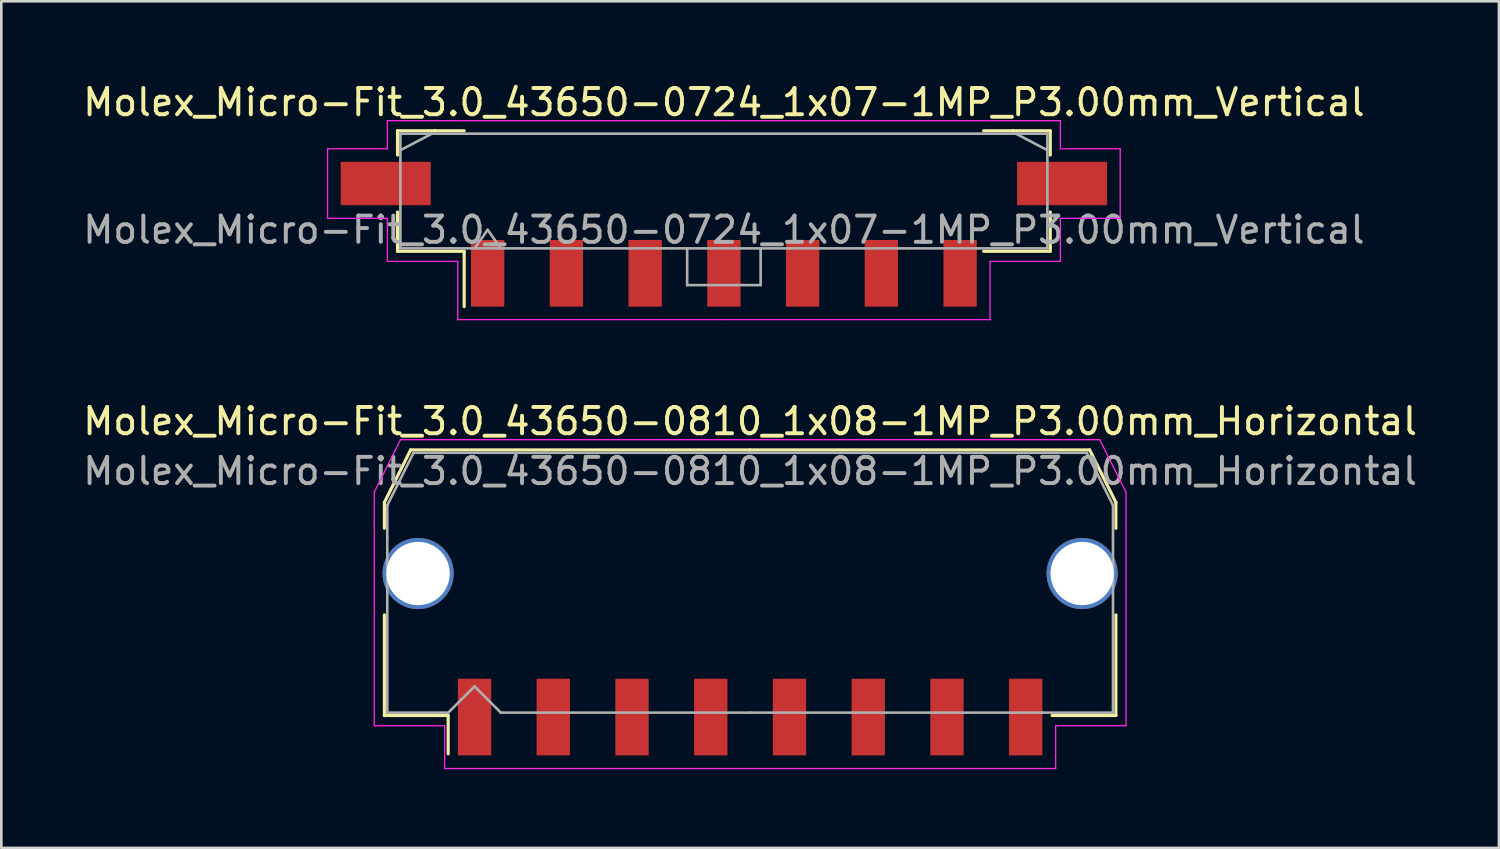
<source format=kicad_pcb>
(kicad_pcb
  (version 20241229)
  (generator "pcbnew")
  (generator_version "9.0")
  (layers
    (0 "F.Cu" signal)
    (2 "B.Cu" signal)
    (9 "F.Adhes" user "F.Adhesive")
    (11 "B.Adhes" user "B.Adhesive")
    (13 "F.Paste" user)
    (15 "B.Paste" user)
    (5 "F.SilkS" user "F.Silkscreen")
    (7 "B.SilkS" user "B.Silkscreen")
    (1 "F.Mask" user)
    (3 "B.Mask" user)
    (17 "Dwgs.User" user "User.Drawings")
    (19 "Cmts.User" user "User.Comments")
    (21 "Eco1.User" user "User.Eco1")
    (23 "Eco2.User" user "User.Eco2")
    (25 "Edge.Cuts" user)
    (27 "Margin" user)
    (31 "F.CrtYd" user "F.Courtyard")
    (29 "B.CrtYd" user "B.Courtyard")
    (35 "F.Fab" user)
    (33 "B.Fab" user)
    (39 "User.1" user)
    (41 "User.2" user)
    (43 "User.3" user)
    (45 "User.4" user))
  (footprint "Molex_Micro-Fit_3.0_43650-0724_1x07-1MP_P3.00mm_Vertical"
    (layer "F.Cu")
    (at 24.53 4.228)
    (property "Reference" "Molex_Micro-Fit_3.0_43650-0724_1x07-1MP_P3.00mm_Vertical" (at 0 -3.38 0) (layer "F.SilkS") (effects (font (size 1 1) (thickness 0.15))))
    (attr smd)
    (fp_line (start -12.435 -2.295) (end -11.015 -2.295) (stroke (width 0.12) (type solid)) (layer "F.SilkS"))
    (fp_line (start -12.435 -1.37) (end -12.435 -2.295) (stroke (width 0.12) (type solid)) (layer "F.SilkS"))
    (fp_line (start -12.435 0.8) (end -12.435 2.295) (stroke (width 0.12) (type solid)) (layer "F.SilkS"))
    (fp_line (start -12.435 2.295) (end -9.895 2.295) (stroke (width 0.12) (type solid)) (layer "F.SilkS"))
    (fp_line (start -11.015 -2.295) (end -11.015 -2.295) (stroke (width 0.12) (type solid)) (layer "F.SilkS"))
    (fp_line (start -11.015 -2.295) (end -9.895 -2.295) (stroke (width 0.12) (type solid)) (layer "F.SilkS"))
    (fp_line (start -9.895 2.295) (end -9.895 4.405) (stroke (width 0.12) (type solid)) (layer "F.SilkS"))
    (fp_line (start 11.015 -2.295) (end 9.895 -2.295) (stroke (width 0.12) (type solid)) (layer "F.SilkS"))
    (fp_line (start 11.015 -2.295) (end 11.015 -2.295) (stroke (width 0.12) (type solid)) (layer "F.SilkS"))
    (fp_line (start 12.435 -2.295) (end 11.015 -2.295) (stroke (width 0.12) (type solid)) (layer "F.SilkS"))
    (fp_line (start 12.435 -1.37) (end 12.435 -2.295) (stroke (width 0.12) (type solid)) (layer "F.SilkS"))
    (fp_line (start 12.435 0.8) (end 12.435 2.295) (stroke (width 0.12) (type solid)) (layer "F.SilkS"))
    (fp_line (start 12.435 2.295) (end 9.895 2.295) (stroke (width 0.12) (type solid)) (layer "F.SilkS"))
    (fp_line (start -15.1 -1.61) (end -15.1 1.04) (stroke (width 0.05) (type solid)) (layer "F.CrtYd"))
    (fp_line (start -15.1 1.04) (end -12.82 1.04) (stroke (width 0.05) (type solid)) (layer "F.CrtYd"))
    (fp_line (start -12.82 -2.68) (end -12.82 -1.61) (stroke (width 0.05) (type solid)) (layer "F.CrtYd"))
    (fp_line (start -12.82 -1.61) (end -15.1 -1.61) (stroke (width 0.05) (type solid)) (layer "F.CrtYd"))
    (fp_line (start -12.82 1.04) (end -12.82 2.68) (stroke (width 0.05) (type solid)) (layer "F.CrtYd"))
    (fp_line (start -12.82 2.68) (end -10.14 2.68) (stroke (width 0.05) (type solid)) (layer "F.CrtYd"))
    (fp_line (start -10.14 -2.68) (end -12.82 -2.68) (stroke (width 0.05) (type solid)) (layer "F.CrtYd"))
    (fp_line (start -10.14 2.68) (end -10.14 4.9) (stroke (width 0.05) (type solid)) (layer "F.CrtYd"))
    (fp_line (start -10.14 4.9) (end 0 4.9) (stroke (width 0.05) (type solid)) (layer "F.CrtYd"))
    (fp_line (start 0 -2.68) (end -10.14 -2.68) (stroke (width 0.05) (type solid)) (layer "F.CrtYd"))
    (fp_line (start 0 -2.68) (end 10.14 -2.68) (stroke (width 0.05) (type solid)) (layer "F.CrtYd"))
    (fp_line (start 10.14 -2.68) (end 12.82 -2.68) (stroke (width 0.05) (type solid)) (layer "F.CrtYd"))
    (fp_line (start 10.14 2.68) (end 10.14 4.9) (stroke (width 0.05) (type solid)) (layer "F.CrtYd"))
    (fp_line (start 10.14 4.9) (end 0 4.9) (stroke (width 0.05) (type solid)) (layer "F.CrtYd"))
    (fp_line (start 12.82 -2.68) (end 12.82 -1.61) (stroke (width 0.05) (type solid)) (layer "F.CrtYd"))
    (fp_line (start 12.82 -1.61) (end 15.1 -1.61) (stroke (width 0.05) (type solid)) (layer "F.CrtYd"))
    (fp_line (start 12.82 1.04) (end 12.82 2.68) (stroke (width 0.05) (type solid)) (layer "F.CrtYd"))
    (fp_line (start 12.82 2.68) (end 10.14 2.68) (stroke (width 0.05) (type solid)) (layer "F.CrtYd"))
    (fp_line (start 15.1 -1.61) (end 15.1 1.04) (stroke (width 0.05) (type solid)) (layer "F.CrtYd"))
    (fp_line (start 15.1 1.04) (end 12.82 1.04) (stroke (width 0.05) (type solid)) (layer "F.CrtYd"))
    (fp_line (start -12.325 -2.185) (end -12.325 2.185) (stroke (width 0.1) (type solid)) (layer "F.Fab"))
    (fp_line (start -12.325 -1.555) (end -11.125 -2.185) (stroke (width 0.1) (type solid)) (layer "F.Fab"))
    (fp_line (start -12.325 2.185) (end 12.325 2.185) (stroke (width 0.1) (type solid)) (layer "F.Fab"))
    (fp_line (start -11.125 -2.185) (end -12.325 -2.185) (stroke (width 0.1) (type solid)) (layer "F.Fab"))
    (fp_line (start -11.125 -2.185) (end -11.125 -2.185) (stroke (width 0.1) (type solid)) (layer "F.Fab"))
    (fp_line (start -9.5 2.185) (end -9 1.478) (stroke (width 0.1) (type solid)) (layer "F.Fab"))
    (fp_line (start -9 1.478) (end -8.5 2.185) (stroke (width 0.1) (type solid)) (layer "F.Fab"))
    (fp_line (start -1.4 2.185) (end -1.4 3.585) (stroke (width 0.1) (type solid)) (layer "F.Fab"))
    (fp_line (start -1.4 3.585) (end 1.4 3.585) (stroke (width 0.1) (type solid)) (layer "F.Fab"))
    (fp_line (start 1.4 3.585) (end 1.4 2.185) (stroke (width 0.1) (type solid)) (layer "F.Fab"))
    (fp_line (start 11.125 -2.185) (end -11.125 -2.185) (stroke (width 0.1) (type solid)) (layer "F.Fab"))
    (fp_line (start 11.125 -2.185) (end 11.125 -2.185) (stroke (width 0.1) (type solid)) (layer "F.Fab"))
    (fp_line (start 12.325 -2.185) (end 11.125 -2.185) (stroke (width 0.1) (type solid)) (layer "F.Fab"))
    (fp_line (start 12.325 -1.555) (end 11.125 -2.185) (stroke (width 0.1) (type solid)) (layer "F.Fab"))
    (fp_line (start 12.325 2.185) (end 12.325 -2.185) (stroke (width 0.1) (type solid)) (layer "F.Fab"))
    (fp_text user "${REFERENCE}" (at 0 1.48 0) (layer "F.Fab") (effects (font (size 1 1) (thickness 0.15))))
    (pad "1" smd rect (at -9 3.135) (size 1.27 2.54) (layers "F.Cu" "F.Mask" "F.Paste"))
    (pad "2" smd rect (at -6 3.135) (size 1.27 2.54) (layers "F.Cu" "F.Mask" "F.Paste"))
    (pad "3" smd rect (at -3 3.135) (size 1.27 2.54) (layers "F.Cu" "F.Mask" "F.Paste"))
    (pad "4" smd rect (at 0 3.135) (size 1.27 2.54) (layers "F.Cu" "F.Mask" "F.Paste"))
    (pad "5" smd rect (at 3 3.135) (size 1.27 2.54) (layers "F.Cu" "F.Mask" "F.Paste"))
    (pad "6" smd rect (at 6 3.135) (size 1.27 2.54) (layers "F.Cu" "F.Mask" "F.Paste"))
    (pad "7" smd rect (at 9 3.135) (size 1.27 2.54) (layers "F.Cu" "F.Mask" "F.Paste"))
    (pad "MP" smd rect (at -12.885 -0.285) (size 3.43 1.65) (layers "F.Cu" "F.Mask" "F.Paste"))
    (pad "MP" smd rect (at 12.885 -0.285) (size 3.43 1.65) (layers "F.Cu" "F.Mask" "F.Paste")))
  (footprint "Molex_Micro-Fit_3.0_43650-0810_1x08-1MP_P3.00mm_Horizontal"
    (layer "F.Cu")
    (at 25.53 19.151)
    (property "Reference" "Molex_Micro-Fit_3.0_43650-0810_1x08-1MP_P3.00mm_Horizontal" (at 0 -6.15 0) (layer "F.SilkS") (effects (font (size 1 1) (thickness 0.15))))
    (attr smd)
    (fp_line (start -13.935 -3.06) (end -13.935 -2.075) (stroke (width 0.12) (type solid)) (layer "F.SilkS"))
    (fp_line (start -13.935 1.225) (end -13.935 5.06) (stroke (width 0.12) (type solid)) (layer "F.SilkS"))
    (fp_line (start -13.935 5.06) (end -11.505 5.06) (stroke (width 0.12) (type solid)) (layer "F.SilkS"))
    (fp_line (start -12.935 -5.06) (end -13.935 -3.06) (stroke (width 0.12) (type solid)) (layer "F.SilkS"))
    (fp_line (start -11.505 5.06) (end -11.505 6.52) (stroke (width 0.12) (type solid)) (layer "F.SilkS"))
    (fp_line (start 0 -5.06) (end -12.935 -5.06) (stroke (width 0.12) (type solid)) (layer "F.SilkS"))
    (fp_line (start 0 -5.06) (end 12.935 -5.06) (stroke (width 0.12) (type solid)) (layer "F.SilkS"))
    (fp_line (start 12.935 -5.06) (end 13.935 -3.06) (stroke (width 0.12) (type solid)) (layer "F.SilkS"))
    (fp_line (start 13.935 -3.06) (end 13.935 -2.075) (stroke (width 0.12) (type solid)) (layer "F.SilkS"))
    (fp_line (start 13.935 1.225) (end 13.935 5.06) (stroke (width 0.12) (type solid)) (layer "F.SilkS"))
    (fp_line (start 13.935 5.06) (end 11.505 5.06) (stroke (width 0.12) (type solid)) (layer "F.SilkS"))
    (fp_line (start -14.32 -3.45) (end -14.32 -2.2) (stroke (width 0.05) (type solid)) (layer "F.CrtYd"))
    (fp_line (start -14.32 -2.2) (end -14.32 5.45) (stroke (width 0.05) (type solid)) (layer "F.CrtYd"))
    (fp_line (start -14.32 5.45) (end -11.64 5.45) (stroke (width 0.05) (type solid)) (layer "F.CrtYd"))
    (fp_line (start -13.32 -5.45) (end -14.32 -3.45) (stroke (width 0.05) (type solid)) (layer "F.CrtYd"))
    (fp_line (start -11.64 5.45) (end -11.64 7.08) (stroke (width 0.05) (type solid)) (layer "F.CrtYd"))
    (fp_line (start -11.64 7.08) (end 0 7.08) (stroke (width 0.05) (type solid)) (layer "F.CrtYd"))
    (fp_line (start 0 -5.45) (end -13.32 -5.45) (stroke (width 0.05) (type solid)) (layer "F.CrtYd"))
    (fp_line (start 0 -5.45) (end 13.32 -5.45) (stroke (width 0.05) (type solid)) (layer "F.CrtYd"))
    (fp_line (start 11.64 5.45) (end 11.64 7.08) (stroke (width 0.05) (type solid)) (layer "F.CrtYd"))
    (fp_line (start 11.64 7.08) (end 0 7.08) (stroke (width 0.05) (type solid)) (layer "F.CrtYd"))
    (fp_line (start 13.32 -5.45) (end 14.32 -3.45) (stroke (width 0.05) (type solid)) (layer "F.CrtYd"))
    (fp_line (start 14.32 -3.45) (end 14.32 -2.2) (stroke (width 0.05) (type solid)) (layer "F.CrtYd"))
    (fp_line (start 14.32 -2.2) (end 14.32 5.45) (stroke (width 0.05) (type solid)) (layer "F.CrtYd"))
    (fp_line (start 14.32 5.45) (end 11.64 5.45) (stroke (width 0.05) (type solid)) (layer "F.CrtYd"))
    (fp_line (start -13.825 -2.95) (end -13.825 -1.705) (stroke (width 0.1) (type solid)) (layer "F.Fab"))
    (fp_line (start -13.825 -1.705) (end -13.825 4.95) (stroke (width 0.1) (type solid)) (layer "F.Fab"))
    (fp_line (start -13.825 4.95) (end -11.5 4.95) (stroke (width 0.1) (type solid)) (layer "F.Fab"))
    (fp_line (start -12.825 -4.95) (end -13.825 -2.95) (stroke (width 0.1) (type solid)) (layer "F.Fab"))
    (fp_line (start -11.5 4.95) (end -10.5 3.95) (stroke (width 0.1) (type solid)) (layer "F.Fab"))
    (fp_line (start -10.5 3.95) (end -9.5 4.95) (stroke (width 0.1) (type solid)) (layer "F.Fab"))
    (fp_line (start -9.5 4.95) (end 0 4.95) (stroke (width 0.1) (type solid)) (layer "F.Fab"))
    (fp_line (start 0 -4.95) (end -12.825 -4.95) (stroke (width 0.1) (type solid)) (layer "F.Fab"))
    (fp_line (start 0 -4.95) (end 12.825 -4.95) (stroke (width 0.1) (type solid)) (layer "F.Fab"))
    (fp_line (start 11.135 4.95) (end 0 4.95) (stroke (width 0.1) (type solid)) (layer "F.Fab"))
    (fp_line (start 12.825 -4.95) (end 13.825 -2.95) (stroke (width 0.1) (type solid)) (layer "F.Fab"))
    (fp_line (start 13.825 -2.95) (end 13.825 -1.705) (stroke (width 0.1) (type solid)) (layer "F.Fab"))
    (fp_line (start 13.825 -1.705) (end 13.825 4.95) (stroke (width 0.1) (type solid)) (layer "F.Fab"))
    (fp_line (start 13.825 4.95) (end 11.135 4.95) (stroke (width 0.1) (type solid)) (layer "F.Fab"))
    (fp_text user "${REFERENCE}" (at 0 -4.25 0) (layer "F.Fab") (effects (font (size 1 1) (thickness 0.15))))
    (pad "1" smd rect (at -10.5 5.12) (size 1.27 2.92) (layers "F.Cu" "F.Mask" "F.Paste"))
    (pad "2" smd rect (at -7.5 5.12) (size 1.27 2.92) (layers "F.Cu" "F.Mask" "F.Paste"))
    (pad "3" smd rect (at -4.5 5.12) (size 1.27 2.92) (layers "F.Cu" "F.Mask" "F.Paste"))
    (pad "4" smd rect (at -1.5 5.12) (size 1.27 2.92) (layers "F.Cu" "F.Mask" "F.Paste"))
    (pad "5" smd rect (at 1.5 5.12) (size 1.27 2.92) (layers "F.Cu" "F.Mask" "F.Paste"))
    (pad "6" smd rect (at 4.5 5.12) (size 1.27 2.92) (layers "F.Cu" "F.Mask" "F.Paste"))
    (pad "7" smd rect (at 7.5 5.12) (size 1.27 2.92) (layers "F.Cu" "F.Mask" "F.Paste"))
    (pad "8" smd rect (at 10.5 5.12) (size 1.27 2.92) (layers "F.Cu" "F.Mask" "F.Paste"))
    (pad "MP" thru_hole circle (at -12.65 -0.35) (size 2.71 2.71) (drill 2.41) (layers "*.Cu" "*.Mask"))
    (pad "MP" thru_hole circle (at 12.65 -0.35) (size 2.71 2.71) (drill 2.41) (layers "*.Cu" "*.Mask")))
  (gr_rect
    (start -3 -3)
    (end 54.06 29.256)
    (stroke (width 0.1) (type default))
    (fill no)
    (layer "Edge.Cuts")))
</source>
